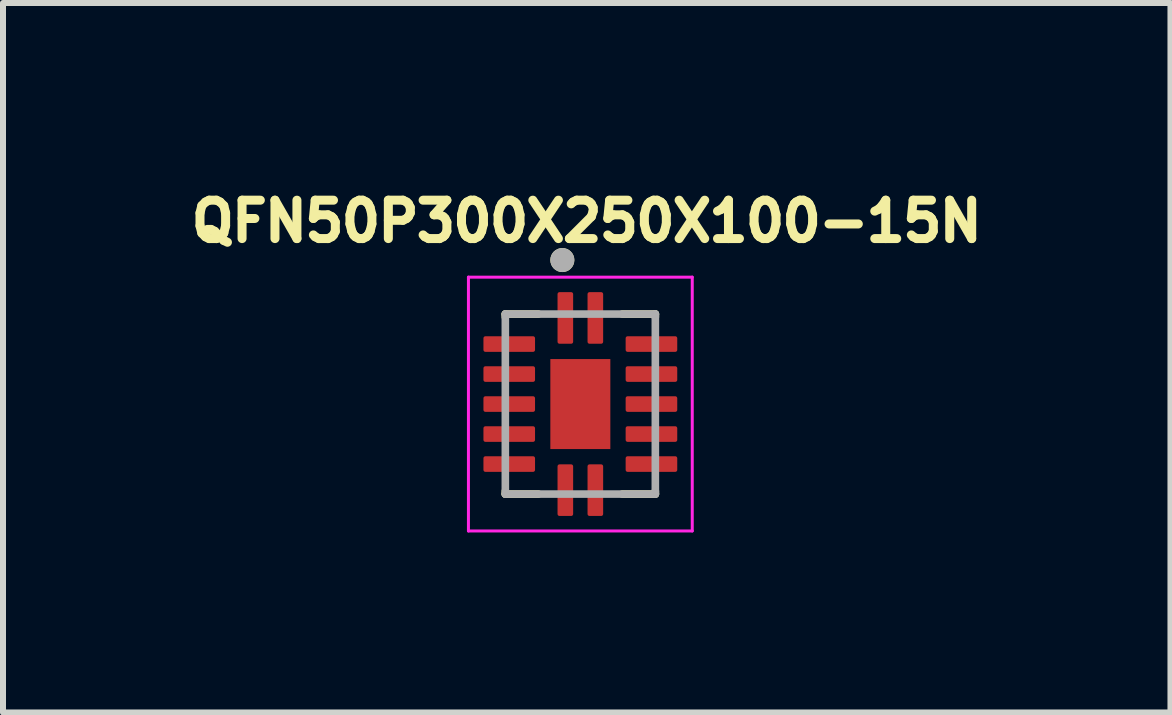
<source format=kicad_pcb>
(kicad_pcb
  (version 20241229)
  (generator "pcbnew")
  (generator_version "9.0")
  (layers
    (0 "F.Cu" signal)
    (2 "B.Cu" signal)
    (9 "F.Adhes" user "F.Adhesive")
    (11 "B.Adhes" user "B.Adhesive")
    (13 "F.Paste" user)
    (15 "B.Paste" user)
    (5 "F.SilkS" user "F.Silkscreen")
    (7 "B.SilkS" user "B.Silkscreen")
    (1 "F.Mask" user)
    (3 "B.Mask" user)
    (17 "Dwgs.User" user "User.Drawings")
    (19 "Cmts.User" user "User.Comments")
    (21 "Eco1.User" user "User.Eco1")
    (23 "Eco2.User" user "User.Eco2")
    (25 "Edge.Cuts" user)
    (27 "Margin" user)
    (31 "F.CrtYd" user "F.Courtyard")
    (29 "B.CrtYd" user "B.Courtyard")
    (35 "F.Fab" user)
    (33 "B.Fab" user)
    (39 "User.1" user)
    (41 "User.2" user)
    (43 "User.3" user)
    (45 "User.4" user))
  (footprint "QFN50P300X250X100-15N"
    (layer "F.Cu")
    (at 6.622 3.684)
    (property "Reference" "QFN50P300X250X100-15N" (at 0.107 -3.046 0) (layer "F.SilkS") (effects (font (size 0.64 0.64) (thickness 0.15))))
    (attr smd)
    (fp_line (start -1.25 -1.5) (end -1.25 -1.45) (stroke (width 0.127) (type solid)) (layer "F.SilkS"))
    (fp_line (start -1.25 -1.5) (end -0.7 -1.5) (stroke (width 0.127) (type solid)) (layer "F.SilkS"))
    (fp_line (start -1.25 1.5) (end -1.25 1.45) (stroke (width 0.127) (type solid)) (layer "F.SilkS"))
    (fp_line (start -1.25 1.5) (end -0.7 1.5) (stroke (width 0.127) (type solid)) (layer "F.SilkS"))
    (fp_line (start 1.25 -1.5) (end 0.7 -1.5) (stroke (width 0.127) (type solid)) (layer "F.SilkS"))
    (fp_line (start 1.25 -1.5) (end 1.25 -1.45) (stroke (width 0.127) (type solid)) (layer "F.SilkS"))
    (fp_line (start 1.25 1.5) (end 0.7 1.5) (stroke (width 0.127) (type solid)) (layer "F.SilkS"))
    (fp_line (start 1.25 1.5) (end 1.25 1.45) (stroke (width 0.127) (type solid)) (layer "F.SilkS"))
    (fp_circle (center -0.3 -2.4) (end -0.2 -2.4) (stroke (width 0.2) (type solid)) (fill no) (layer "F.SilkS"))
    (fp_poly (pts (xy -0.32 -0.47) (xy 0.32 -0.47) (xy 0.32 0.47) (xy -0.32 0.47)) (stroke (width 0.01) (type solid)) (fill yes) (layer "F.Paste"))
    (fp_line (start -1.865 -2.115) (end 1.865 -2.115) (stroke (width 0.05) (type solid)) (layer "F.CrtYd"))
    (fp_line (start -1.865 2.115) (end -1.865 -2.115) (stroke (width 0.05) (type solid)) (layer "F.CrtYd"))
    (fp_line (start -1.865 2.115) (end 1.865 2.115) (stroke (width 0.05) (type solid)) (layer "F.CrtYd"))
    (fp_line (start 1.865 2.115) (end 1.865 -2.115) (stroke (width 0.05) (type solid)) (layer "F.CrtYd"))
    (fp_line (start -1.25 1.5) (end -1.25 -1.5) (stroke (width 0.127) (type solid)) (layer "F.Fab"))
    (fp_line (start 1.25 -1.5) (end -1.25 -1.5) (stroke (width 0.127) (type solid)) (layer "F.Fab"))
    (fp_line (start 1.25 1.5) (end -1.25 1.5) (stroke (width 0.127) (type solid)) (layer "F.Fab"))
    (fp_line (start 1.25 1.5) (end 1.25 -1.5) (stroke (width 0.127) (type solid)) (layer "F.Fab"))
    (fp_circle (center -0.3 -2.4) (end -0.2 -2.4) (stroke (width 0.2) (type solid)) (fill no) (layer "F.Fab"))
    (pad "1" smd roundrect (at -0.25 -1.435) (size 0.26 0.86) (layers "F.Cu" "F.Mask" "F.Paste") (roundrect_rratio 0.125))
    (pad "2" smd roundrect (at -1.185 -1) (size 0.86 0.26) (layers "F.Cu" "F.Mask" "F.Paste") (roundrect_rratio 0.125))
    (pad "3" smd roundrect (at -1.185 -0.5) (size 0.86 0.26) (layers "F.Cu" "F.Mask" "F.Paste") (roundrect_rratio 0.125))
    (pad "4" smd roundrect (at -1.185 0) (size 0.86 0.26) (layers "F.Cu" "F.Mask" "F.Paste") (roundrect_rratio 0.125))
    (pad "5" smd roundrect (at -1.185 0.5) (size 0.86 0.26) (layers "F.Cu" "F.Mask" "F.Paste") (roundrect_rratio 0.125))
    (pad "6" smd roundrect (at -1.185 1) (size 0.86 0.26) (layers "F.Cu" "F.Mask" "F.Paste") (roundrect_rratio 0.125))
    (pad "7" smd roundrect (at -0.25 1.435) (size 0.26 0.86) (layers "F.Cu" "F.Mask" "F.Paste") (roundrect_rratio 0.125))
    (pad "8" smd roundrect (at 0.25 1.435) (size 0.26 0.86) (layers "F.Cu" "F.Mask" "F.Paste") (roundrect_rratio 0.125))
    (pad "9" smd roundrect (at 1.185 1) (size 0.86 0.26) (layers "F.Cu" "F.Mask" "F.Paste") (roundrect_rratio 0.125))
    (pad "10" smd roundrect (at 1.185 0.5) (size 0.86 0.26) (layers "F.Cu" "F.Mask" "F.Paste") (roundrect_rratio 0.125))
    (pad "11" smd roundrect (at 1.185 0) (size 0.86 0.26) (layers "F.Cu" "F.Mask" "F.Paste") (roundrect_rratio 0.125))
    (pad "12" smd roundrect (at 1.185 -0.5) (size 0.86 0.26) (layers "F.Cu" "F.Mask" "F.Paste") (roundrect_rratio 0.125))
    (pad "13" smd roundrect (at 1.185 -1) (size 0.86 0.26) (layers "F.Cu" "F.Mask" "F.Paste") (roundrect_rratio 0.125))
    (pad "14" smd roundrect (at 0.25 -1.435) (size 0.26 0.86) (layers "F.Cu" "F.Mask" "F.Paste") (roundrect_rratio 0.125))
    (pad "15" smd rect (at 0 0) (size 1 1.5) (layers "F.Cu" "F.Mask")))
  (gr_rect
    (start -3 -3)
    (end 16.457 8.824)
    (stroke (width 0.1) (type default))
    (fill no)
    (layer "Edge.Cuts")))
</source>
